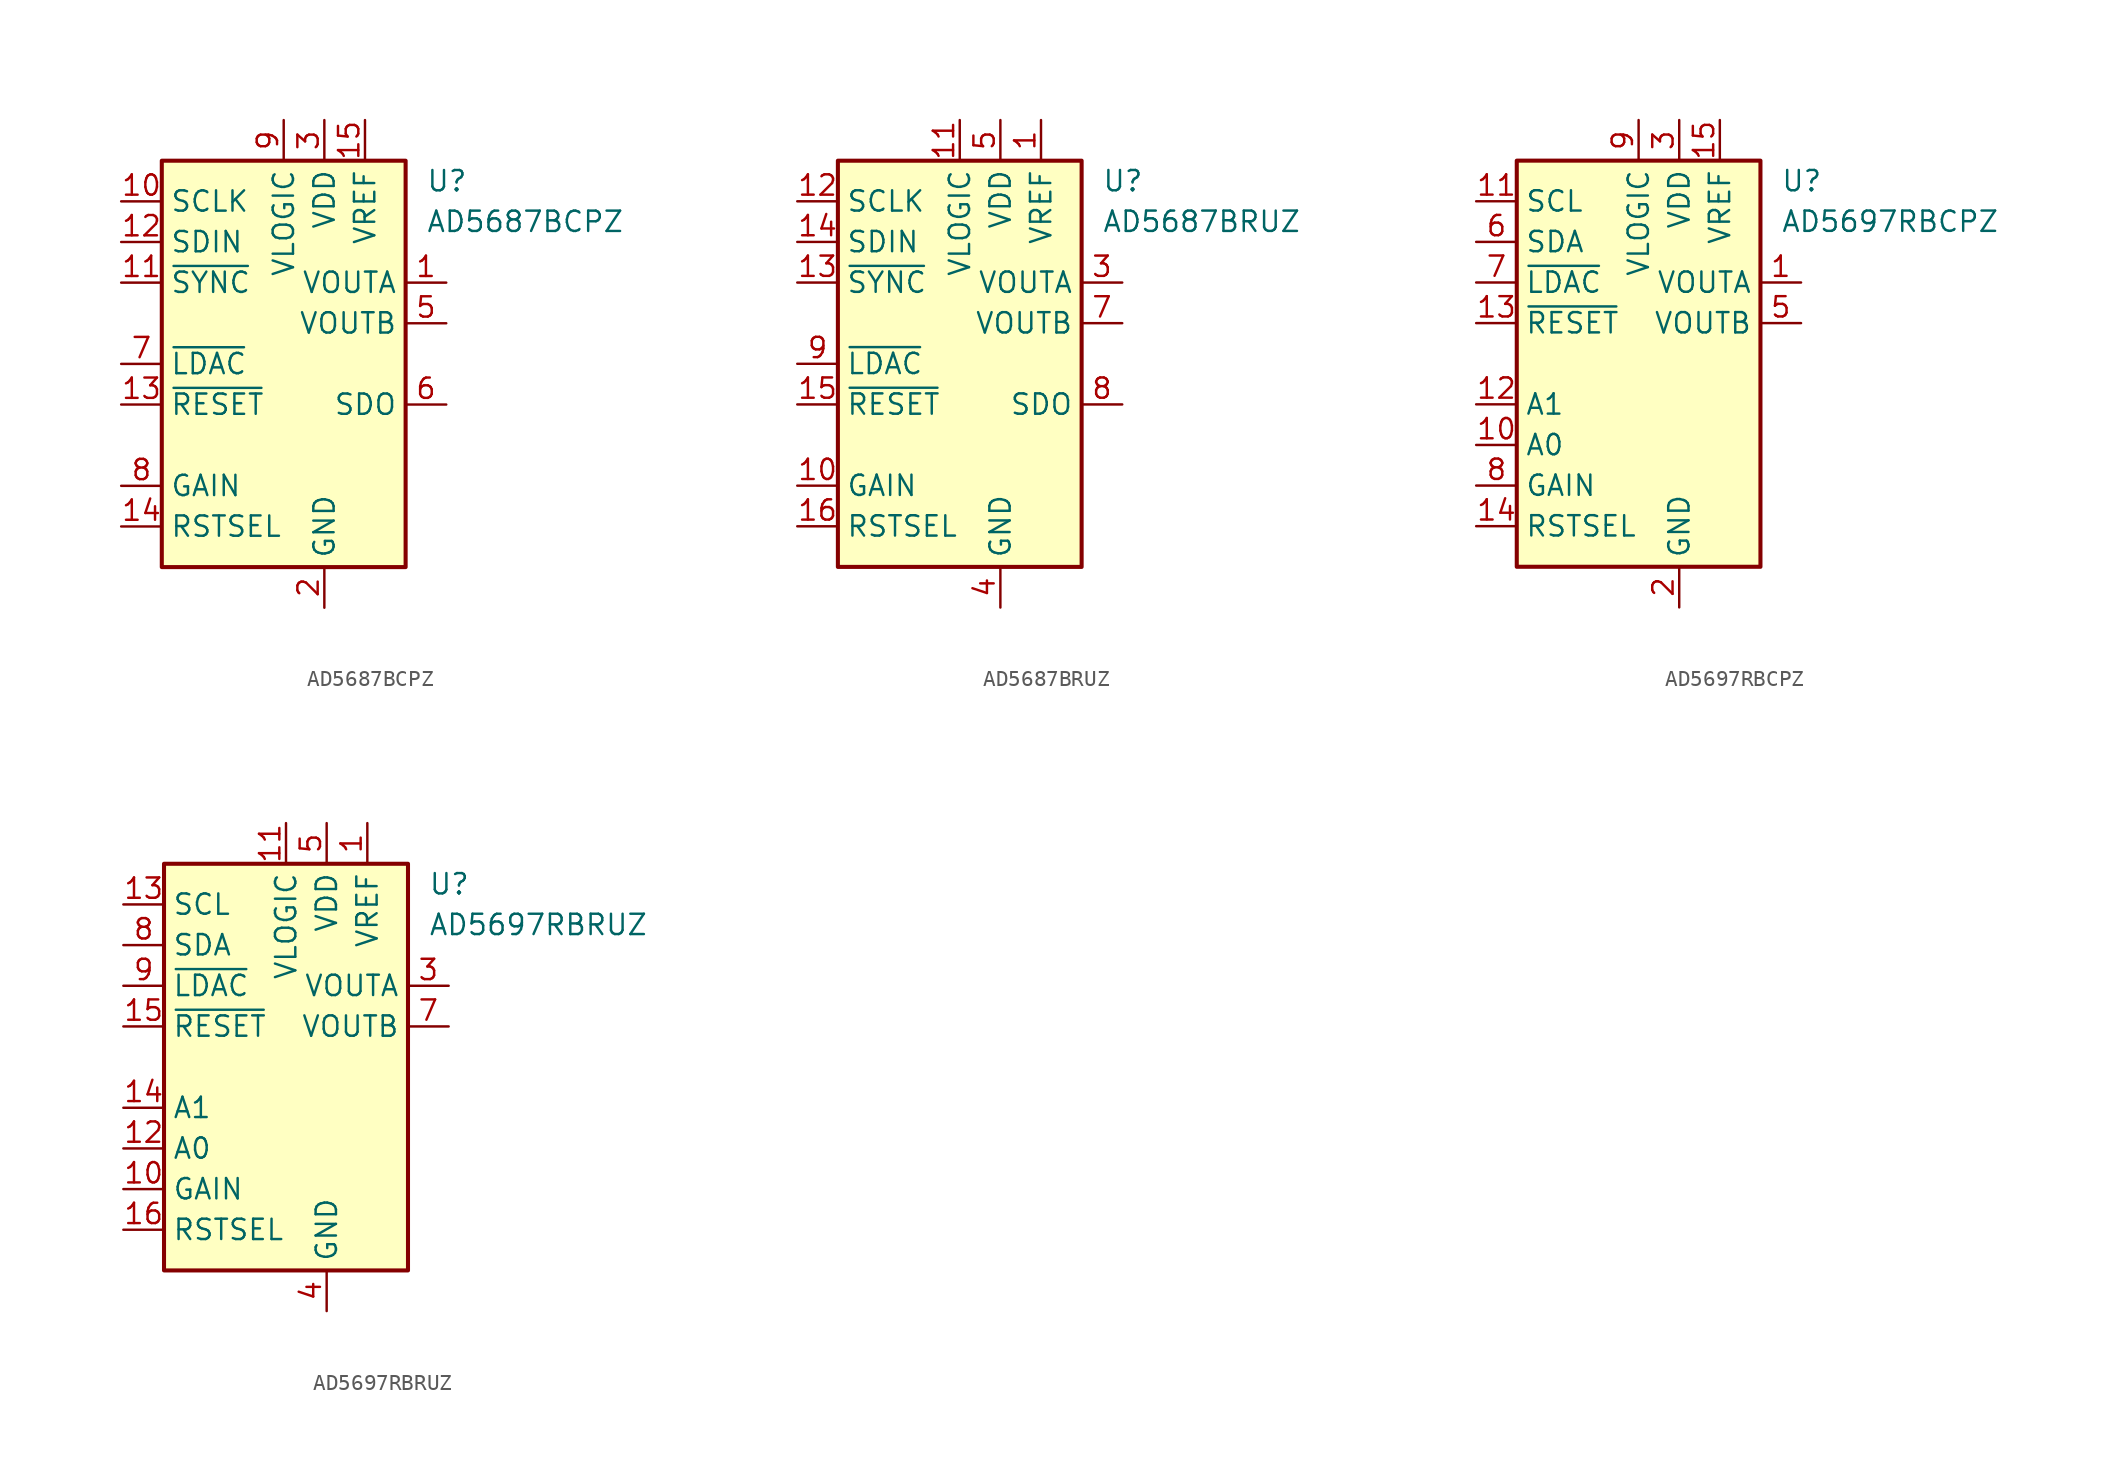
<source format=kicad_sym>
(kicad_symbol_lib
  (version 20201005)
  (generator kicad_symbol_editor)
  (symbol "AD5687BCPZ"
    (property "Reference" "U"
      (at 8.89 11.43 0)
      (effects (font (size 1.27 1.27)) (justify left)))
    (property "Value" "AD5687BCPZ"
      (at 8.89 8.89 0)
      (effects (font (size 1.27 1.27)) (justify left)))
    (symbol "AD5687BCPZ_0_1"
      (rectangle (start -7.62 12.7) (end 7.62 -12.7) (stroke (width 0.254)) (fill (type background))))
    (symbol "AD5687BCPZ_1_1"
      (pin output line (at 10.16 5.08 180) (length 2.54) (name "VOUTA" (effects (font (size 1.27 1.27)))) (number "1" (effects (font (size 1.27 1.27)))))
      (pin input line (at -10.16 10.16 0) (length 2.54) (name "SCLK" (effects (font (size 1.27 1.27)))) (number "10" (effects (font (size 1.27 1.27)))))
      (pin input line (at -10.16 5.08 0) (length 2.54) (name "~SYNC" (effects (font (size 1.27 1.27)))) (number "11" (effects (font (size 1.27 1.27)))))
      (pin input line (at -10.16 7.62 0) (length 2.54) (name "SDIN" (effects (font (size 1.27 1.27)))) (number "12" (effects (font (size 1.27 1.27)))))
      (pin input line (at -10.16 -2.54 0) (length 2.54) (name "~RESET" (effects (font (size 1.27 1.27)))) (number "13" (effects (font (size 1.27 1.27)))))
      (pin input line (at -10.16 -10.16 0) (length 2.54) (name "RSTSEL" (effects (font (size 1.27 1.27)))) (number "14" (effects (font (size 1.27 1.27)))))
      (pin power_in line (at 5.08 15.24 270) (length 2.54) (name "VREF" (effects (font (size 1.27 1.27)))) (number "15" (effects (font (size 1.27 1.27)))))
      (pin no_connect line (at 7.62 -5.08 180) (length 2.54) hide (name "NC" (effects (font (size 1.27 1.27)))) (number "16" (effects (font (size 1.27 1.27)))))
      (pin passive line (at 2.54 -15.24 90) (length 2.54) hide (name "GND" (effects (font (size 1.27 1.27)))) (number "17" (effects (font (size 1.27 1.27)))))
      (pin power_in line (at 2.54 -15.24 90) (length 2.54) (name "GND" (effects (font (size 1.27 1.27)))) (number "2" (effects (font (size 1.27 1.27)))))
      (pin power_in line (at 2.54 15.24 270) (length 2.54) (name "VDD" (effects (font (size 1.27 1.27)))) (number "3" (effects (font (size 1.27 1.27)))))
      (pin no_connect line (at 7.62 -7.62 180) (length 2.54) hide (name "NC" (effects (font (size 1.27 1.27)))) (number "4" (effects (font (size 1.27 1.27)))))
      (pin output line (at 10.16 2.54 180) (length 2.54) (name "VOUTB" (effects (font (size 1.27 1.27)))) (number "5" (effects (font (size 1.27 1.27)))))
      (pin output line (at 10.16 -2.54 180) (length 2.54) (name "SDO" (effects (font (size 1.27 1.27)))) (number "6" (effects (font (size 1.27 1.27)))))
      (pin input line (at -10.16 0 0) (length 2.54) (name "~LDAC" (effects (font (size 1.27 1.27)))) (number "7" (effects (font (size 1.27 1.27)))))
      (pin input line (at -10.16 -7.62 0) (length 2.54) (name "GAIN" (effects (font (size 1.27 1.27)))) (number "8" (effects (font (size 1.27 1.27)))))
      (pin power_in line (at 0 15.24 270) (length 2.54) (name "VLOGIC" (effects (font (size 1.27 1.27)))) (number "9" (effects (font (size 1.27 1.27)))))))
  (symbol "AD5687BRUZ"
    (property "Reference" "U"
      (at 8.89 11.43 0)
      (effects (font (size 1.27 1.27)) (justify left)))
    (property "Value" "AD5687BRUZ"
      (at 8.89 8.89 0)
      (effects (font (size 1.27 1.27)) (justify left)))
    (symbol "AD5687BRUZ_0_1"
      (rectangle (start -7.62 12.7) (end 7.62 -12.7) (stroke (width 0.254)) (fill (type background))))
    (symbol "AD5687BRUZ_1_1"
      (pin power_in line (at 5.08 15.24 270) (length 2.54) (name "VREF" (effects (font (size 1.27 1.27)))) (number "1" (effects (font (size 1.27 1.27)))))
      (pin input line (at -10.16 -7.62 0) (length 2.54) (name "GAIN" (effects (font (size 1.27 1.27)))) (number "10" (effects (font (size 1.27 1.27)))))
      (pin power_in line (at 0 15.24 270) (length 2.54) (name "VLOGIC" (effects (font (size 1.27 1.27)))) (number "11" (effects (font (size 1.27 1.27)))))
      (pin input line (at -10.16 10.16 0) (length 2.54) (name "SCLK" (effects (font (size 1.27 1.27)))) (number "12" (effects (font (size 1.27 1.27)))))
      (pin input line (at -10.16 5.08 0) (length 2.54) (name "~SYNC" (effects (font (size 1.27 1.27)))) (number "13" (effects (font (size 1.27 1.27)))))
      (pin input line (at -10.16 7.62 0) (length 2.54) (name "SDIN" (effects (font (size 1.27 1.27)))) (number "14" (effects (font (size 1.27 1.27)))))
      (pin input line (at -10.16 -2.54 0) (length 2.54) (name "~RESET" (effects (font (size 1.27 1.27)))) (number "15" (effects (font (size 1.27 1.27)))))
      (pin input line (at -10.16 -10.16 0) (length 2.54) (name "RSTSEL" (effects (font (size 1.27 1.27)))) (number "16" (effects (font (size 1.27 1.27)))))
      (pin no_connect line (at 7.62 -5.08 180) (length 2.54) hide (name "NC" (effects (font (size 1.27 1.27)))) (number "2" (effects (font (size 1.27 1.27)))))
      (pin output line (at 10.16 5.08 180) (length 2.54) (name "VOUTA" (effects (font (size 1.27 1.27)))) (number "3" (effects (font (size 1.27 1.27)))))
      (pin power_in line (at 2.54 -15.24 90) (length 2.54) (name "GND" (effects (font (size 1.27 1.27)))) (number "4" (effects (font (size 1.27 1.27)))))
      (pin power_in line (at 2.54 15.24 270) (length 2.54) (name "VDD" (effects (font (size 1.27 1.27)))) (number "5" (effects (font (size 1.27 1.27)))))
      (pin no_connect line (at 7.62 -7.62 180) (length 2.54) hide (name "NC" (effects (font (size 1.27 1.27)))) (number "6" (effects (font (size 1.27 1.27)))))
      (pin output line (at 10.16 2.54 180) (length 2.54) (name "VOUTB" (effects (font (size 1.27 1.27)))) (number "7" (effects (font (size 1.27 1.27)))))
      (pin output line (at 10.16 -2.54 180) (length 2.54) (name "SDO" (effects (font (size 1.27 1.27)))) (number "8" (effects (font (size 1.27 1.27)))))
      (pin input line (at -10.16 0 0) (length 2.54) (name "~LDAC" (effects (font (size 1.27 1.27)))) (number "9" (effects (font (size 1.27 1.27)))))))
  (symbol "AD5697RBCPZ"
    (property "Reference" "U"
      (at 8.89 11.43 0)
      (effects (font (size 1.27 1.27)) (justify left)))
    (property "Value" "AD5697RBCPZ"
      (at 8.89 8.89 0)
      (effects (font (size 1.27 1.27)) (justify left)))
    (symbol "AD5697RBCPZ_0_1"
      (rectangle (start -7.62 12.7) (end 7.62 -12.7) (stroke (width 0.254)) (fill (type background))))
    (symbol "AD5697RBCPZ_1_1"
      (pin output line (at 10.16 5.08 180) (length 2.54) (name "VOUTA" (effects (font (size 1.27 1.27)))) (number "1" (effects (font (size 1.27 1.27)))))
      (pin input line (at -10.16 -5.08 0) (length 2.54) (name "A0" (effects (font (size 1.27 1.27)))) (number "10" (effects (font (size 1.27 1.27)))))
      (pin input line (at -10.16 10.16 0) (length 2.54) (name "SCL" (effects (font (size 1.27 1.27)))) (number "11" (effects (font (size 1.27 1.27)))))
      (pin input line (at -10.16 -2.54 0) (length 2.54) (name "A1" (effects (font (size 1.27 1.27)))) (number "12" (effects (font (size 1.27 1.27)))))
      (pin input line (at -10.16 2.54 0) (length 2.54) (name "~RESET" (effects (font (size 1.27 1.27)))) (number "13" (effects (font (size 1.27 1.27)))))
      (pin input line (at -10.16 -10.16 0) (length 2.54) (name "RSTSEL" (effects (font (size 1.27 1.27)))) (number "14" (effects (font (size 1.27 1.27)))))
      (pin power_in line (at 5.08 15.24 270) (length 2.54) (name "VREF" (effects (font (size 1.27 1.27)))) (number "15" (effects (font (size 1.27 1.27)))))
      (pin no_connect line (at 7.62 -5.08 180) (length 2.54) hide (name "NC" (effects (font (size 1.27 1.27)))) (number "16" (effects (font (size 1.27 1.27)))))
      (pin passive line (at 2.54 -15.24 90) (length 2.54) hide (name "GND" (effects (font (size 1.27 1.27)))) (number "17" (effects (font (size 1.27 1.27)))))
      (pin power_in line (at 2.54 -15.24 90) (length 2.54) (name "GND" (effects (font (size 1.27 1.27)))) (number "2" (effects (font (size 1.27 1.27)))))
      (pin power_in line (at 2.54 15.24 270) (length 2.54) (name "VDD" (effects (font (size 1.27 1.27)))) (number "3" (effects (font (size 1.27 1.27)))))
      (pin no_connect line (at 7.62 -7.62 180) (length 2.54) hide (name "NC" (effects (font (size 1.27 1.27)))) (number "4" (effects (font (size 1.27 1.27)))))
      (pin output line (at 10.16 2.54 180) (length 2.54) (name "VOUTB" (effects (font (size 1.27 1.27)))) (number "5" (effects (font (size 1.27 1.27)))))
      (pin bidirectional line (at -10.16 7.62 0) (length 2.54) (name "SDA" (effects (font (size 1.27 1.27)))) (number "6" (effects (font (size 1.27 1.27)))))
      (pin input line (at -10.16 5.08 0) (length 2.54) (name "~LDAC" (effects (font (size 1.27 1.27)))) (number "7" (effects (font (size 1.27 1.27)))))
      (pin input line (at -10.16 -7.62 0) (length 2.54) (name "GAIN" (effects (font (size 1.27 1.27)))) (number "8" (effects (font (size 1.27 1.27)))))
      (pin power_in line (at 0 15.24 270) (length 2.54) (name "VLOGIC" (effects (font (size 1.27 1.27)))) (number "9" (effects (font (size 1.27 1.27)))))))
  (symbol "AD5697RBRUZ"
    (property "Reference" "U"
      (at 8.89 11.43 0)
      (effects (font (size 1.27 1.27)) (justify left)))
    (property "Value" "AD5697RBRUZ"
      (at 8.89 8.89 0)
      (effects (font (size 1.27 1.27)) (justify left)))
    (symbol "AD5697RBRUZ_0_1"
      (rectangle (start -7.62 12.7) (end 7.62 -12.7) (stroke (width 0.254)) (fill (type background))))
    (symbol "AD5697RBRUZ_1_1"
      (pin power_in line (at 5.08 15.24 270) (length 2.54) (name "VREF" (effects (font (size 1.27 1.27)))) (number "1" (effects (font (size 1.27 1.27)))))
      (pin input line (at -10.16 -7.62 0) (length 2.54) (name "GAIN" (effects (font (size 1.27 1.27)))) (number "10" (effects (font (size 1.27 1.27)))))
      (pin power_in line (at 0 15.24 270) (length 2.54) (name "VLOGIC" (effects (font (size 1.27 1.27)))) (number "11" (effects (font (size 1.27 1.27)))))
      (pin input line (at -10.16 -5.08 0) (length 2.54) (name "A0" (effects (font (size 1.27 1.27)))) (number "12" (effects (font (size 1.27 1.27)))))
      (pin input line (at -10.16 10.16 0) (length 2.54) (name "SCL" (effects (font (size 1.27 1.27)))) (number "13" (effects (font (size 1.27 1.27)))))
      (pin input line (at -10.16 -2.54 0) (length 2.54) (name "A1" (effects (font (size 1.27 1.27)))) (number "14" (effects (font (size 1.27 1.27)))))
      (pin input line (at -10.16 2.54 0) (length 2.54) (name "~RESET" (effects (font (size 1.27 1.27)))) (number "15" (effects (font (size 1.27 1.27)))))
      (pin input line (at -10.16 -10.16 0) (length 2.54) (name "RSTSEL" (effects (font (size 1.27 1.27)))) (number "16" (effects (font (size 1.27 1.27)))))
      (pin no_connect line (at 7.62 -5.08 180) (length 2.54) hide (name "NC" (effects (font (size 1.27 1.27)))) (number "2" (effects (font (size 1.27 1.27)))))
      (pin output line (at 10.16 5.08 180) (length 2.54) (name "VOUTA" (effects (font (size 1.27 1.27)))) (number "3" (effects (font (size 1.27 1.27)))))
      (pin power_in line (at 2.54 -15.24 90) (length 2.54) (name "GND" (effects (font (size 1.27 1.27)))) (number "4" (effects (font (size 1.27 1.27)))))
      (pin power_in line (at 2.54 15.24 270) (length 2.54) (name "VDD" (effects (font (size 1.27 1.27)))) (number "5" (effects (font (size 1.27 1.27)))))
      (pin no_connect line (at 7.62 -7.62 180) (length 2.54) hide (name "NC" (effects (font (size 1.27 1.27)))) (number "6" (effects (font (size 1.27 1.27)))))
      (pin output line (at 10.16 2.54 180) (length 2.54) (name "VOUTB" (effects (font (size 1.27 1.27)))) (number "7" (effects (font (size 1.27 1.27)))))
      (pin bidirectional line (at -10.16 7.62 0) (length 2.54) (name "SDA" (effects (font (size 1.27 1.27)))) (number "8" (effects (font (size 1.27 1.27)))))
      (pin input line (at -10.16 5.08 0) (length 2.54) (name "~LDAC" (effects (font (size 1.27 1.27)))) (number "9" (effects (font (size 1.27 1.27))))))))
</source>
